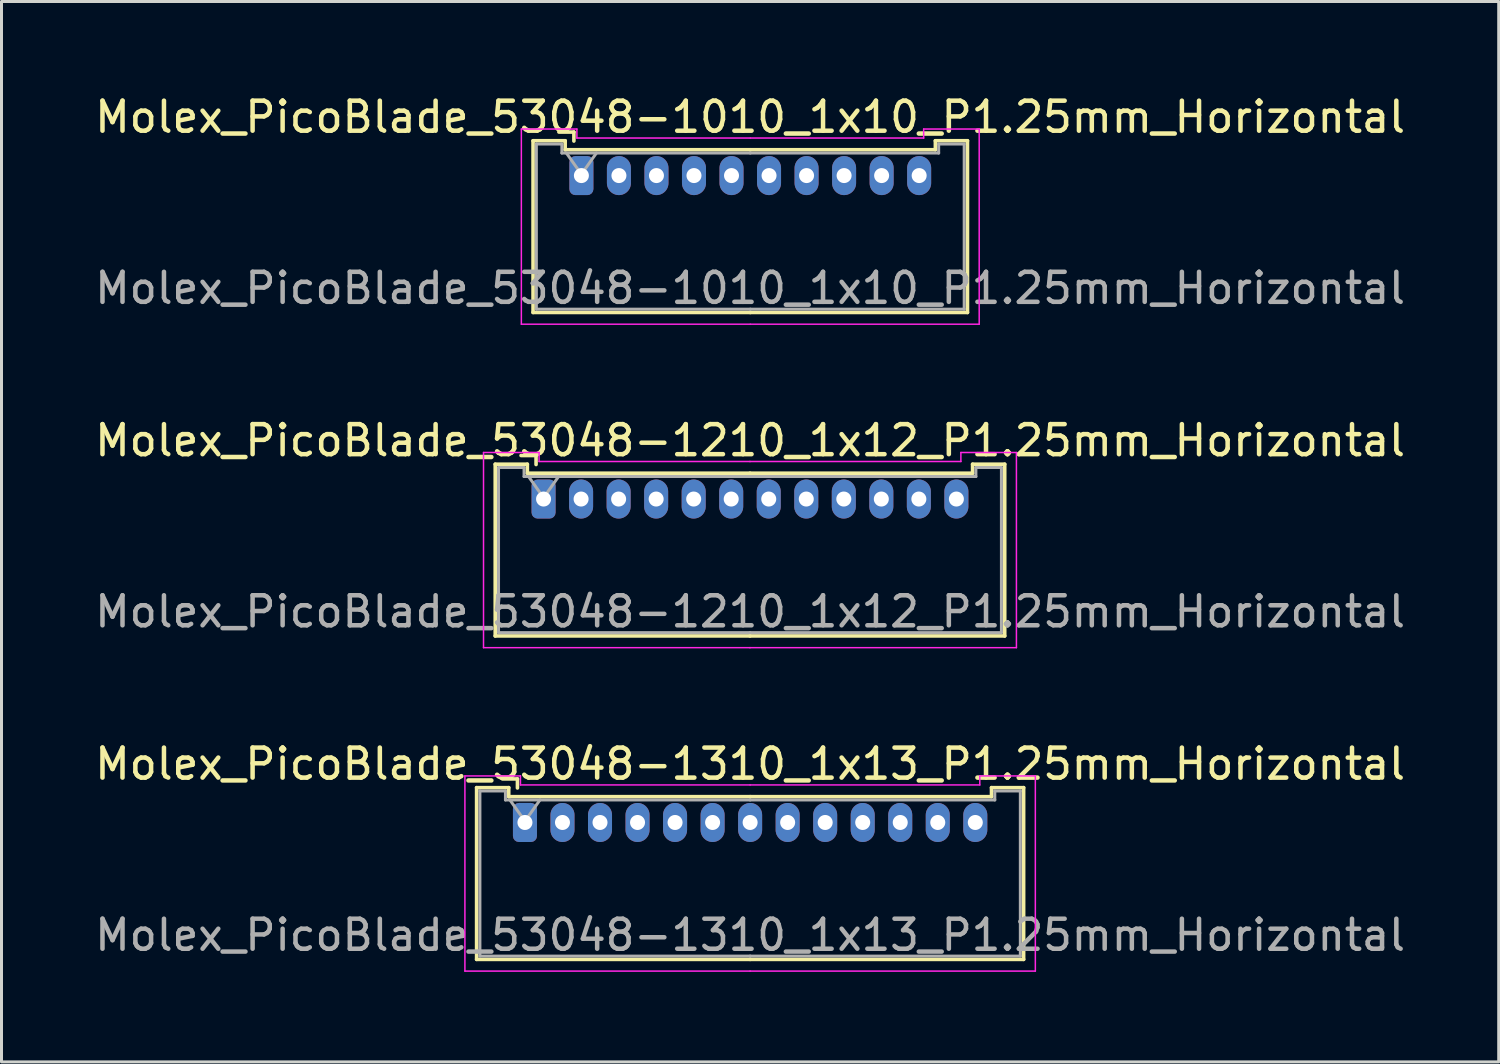
<source format=kicad_pcb>
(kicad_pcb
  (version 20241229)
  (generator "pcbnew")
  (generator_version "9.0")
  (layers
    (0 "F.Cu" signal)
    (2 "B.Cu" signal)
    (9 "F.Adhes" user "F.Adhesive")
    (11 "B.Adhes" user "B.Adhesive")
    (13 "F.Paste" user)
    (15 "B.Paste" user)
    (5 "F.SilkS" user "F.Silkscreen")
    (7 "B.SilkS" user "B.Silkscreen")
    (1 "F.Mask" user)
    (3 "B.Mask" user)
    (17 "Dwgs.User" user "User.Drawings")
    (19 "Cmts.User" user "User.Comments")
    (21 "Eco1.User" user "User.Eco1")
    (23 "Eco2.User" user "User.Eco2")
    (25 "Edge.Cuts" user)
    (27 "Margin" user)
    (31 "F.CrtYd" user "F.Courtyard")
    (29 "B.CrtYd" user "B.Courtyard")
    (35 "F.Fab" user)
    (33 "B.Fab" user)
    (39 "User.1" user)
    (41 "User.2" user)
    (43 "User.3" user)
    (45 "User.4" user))
  (footprint "Molex_PicoBlade_53048-1310_1x13_P1.25mm_Horizontal"
    (layer "F.Cu")
    (at 14.435 24.345)
    (property "Reference" "Molex_PicoBlade_53048-1310_1x13_P1.25mm_Horizontal" (at 7.5 -1.95 0) (layer "F.SilkS") (effects (font (size 1 1) (thickness 0.15))))
    (attr through_hole)
    (fp_line (start -1.61 -1.16) (end -1.61 4.56) (stroke (width 0.12) (type solid)) (layer "F.SilkS"))
    (fp_line (start -1.61 4.56) (end 7.5 4.56) (stroke (width 0.12) (type solid)) (layer "F.SilkS"))
    (fp_line (start -0.54 -1.16) (end -1.61 -1.16) (stroke (width 0.12) (type solid)) (layer "F.SilkS"))
    (fp_line (start -0.54 -0.86) (end -0.54 -1.16) (stroke (width 0.12) (type solid)) (layer "F.SilkS"))
    (fp_line (start -0.25 -1.45) (end -0.75 -1.45) (stroke (width 0.12) (type solid)) (layer "F.SilkS"))
    (fp_line (start -0.25 -1.15) (end -0.25 -1.45) (stroke (width 0.12) (type solid)) (layer "F.SilkS"))
    (fp_line (start 7.5 -0.86) (end -0.54 -0.86) (stroke (width 0.12) (type solid)) (layer "F.SilkS"))
    (fp_line (start 7.5 -0.86) (end 15.54 -0.86) (stroke (width 0.12) (type solid)) (layer "F.SilkS"))
    (fp_line (start 15.54 -1.16) (end 16.61 -1.16) (stroke (width 0.12) (type solid)) (layer "F.SilkS"))
    (fp_line (start 15.54 -0.86) (end 15.54 -1.16) (stroke (width 0.12) (type solid)) (layer "F.SilkS"))
    (fp_line (start 16.61 -1.16) (end 16.61 4.56) (stroke (width 0.12) (type solid)) (layer "F.SilkS"))
    (fp_line (start 16.61 4.56) (end 7.5 4.56) (stroke (width 0.12) (type solid)) (layer "F.SilkS"))
    (fp_line (start -2 -1.55) (end -2 4.95) (stroke (width 0.05) (type solid)) (layer "F.CrtYd"))
    (fp_line (start -2 4.95) (end 7.5 4.95) (stroke (width 0.05) (type solid)) (layer "F.CrtYd"))
    (fp_line (start -0.15 -1.55) (end -2 -1.55) (stroke (width 0.05) (type solid)) (layer "F.CrtYd"))
    (fp_line (start -0.15 -1.25) (end -0.15 -1.55) (stroke (width 0.05) (type solid)) (layer "F.CrtYd"))
    (fp_line (start 7.5 -1.25) (end -0.15 -1.25) (stroke (width 0.05) (type solid)) (layer "F.CrtYd"))
    (fp_line (start 7.5 -1.25) (end 15.15 -1.25) (stroke (width 0.05) (type solid)) (layer "F.CrtYd"))
    (fp_line (start 15.15 -1.55) (end 17 -1.55) (stroke (width 0.05) (type solid)) (layer "F.CrtYd"))
    (fp_line (start 15.15 -1.25) (end 15.15 -1.55) (stroke (width 0.05) (type solid)) (layer "F.CrtYd"))
    (fp_line (start 17 -1.55) (end 17 4.95) (stroke (width 0.05) (type solid)) (layer "F.CrtYd"))
    (fp_line (start 17 4.95) (end 7.5 4.95) (stroke (width 0.05) (type solid)) (layer "F.CrtYd"))
    (fp_line (start -1.5 -1.05) (end -1.5 4.45) (stroke (width 0.1) (type solid)) (layer "F.Fab"))
    (fp_line (start -1.5 4.45) (end 7.5 4.45) (stroke (width 0.1) (type solid)) (layer "F.Fab"))
    (fp_line (start -0.65 -1.05) (end -1.5 -1.05) (stroke (width 0.1) (type solid)) (layer "F.Fab"))
    (fp_line (start -0.65 -0.75) (end -0.65 -1.05) (stroke (width 0.1) (type solid)) (layer "F.Fab"))
    (fp_line (start -0.5 -0.75) (end 0 -0.043) (stroke (width 0.1) (type solid)) (layer "F.Fab"))
    (fp_line (start 0 -0.043) (end 0.5 -0.75) (stroke (width 0.1) (type solid)) (layer "F.Fab"))
    (fp_line (start 7.5 -0.75) (end -0.65 -0.75) (stroke (width 0.1) (type solid)) (layer "F.Fab"))
    (fp_line (start 7.5 -0.75) (end 15.65 -0.75) (stroke (width 0.1) (type solid)) (layer "F.Fab"))
    (fp_line (start 15.65 -1.05) (end 16.5 -1.05) (stroke (width 0.1) (type solid)) (layer "F.Fab"))
    (fp_line (start 15.65 -0.75) (end 15.65 -1.05) (stroke (width 0.1) (type solid)) (layer "F.Fab"))
    (fp_line (start 16.5 -1.05) (end 16.5 4.45) (stroke (width 0.1) (type solid)) (layer "F.Fab"))
    (fp_line (start 16.5 4.45) (end 7.5 4.45) (stroke (width 0.1) (type solid)) (layer "F.Fab"))
    (fp_text user "${REFERENCE}" (at 7.5 3.75 0) (layer "F.Fab") (effects (font (size 1 1) (thickness 0.15))))
    (pad "1" thru_hole roundrect (at 0 0) (size 0.8 1.3) (drill 0.5) (layers "*.Cu" "*.Mask") (roundrect_rratio 0.25))
    (pad "2" thru_hole oval (at 1.25 0) (size 0.8 1.3) (drill 0.5) (layers "*.Cu" "*.Mask"))
    (pad "3" thru_hole oval (at 2.5 0) (size 0.8 1.3) (drill 0.5) (layers "*.Cu" "*.Mask"))
    (pad "4" thru_hole oval (at 3.75 0) (size 0.8 1.3) (drill 0.5) (layers "*.Cu" "*.Mask"))
    (pad "5" thru_hole oval (at 5 0) (size 0.8 1.3) (drill 0.5) (layers "*.Cu" "*.Mask"))
    (pad "6" thru_hole oval (at 6.25 0) (size 0.8 1.3) (drill 0.5) (layers "*.Cu" "*.Mask"))
    (pad "7" thru_hole oval (at 7.5 0) (size 0.8 1.3) (drill 0.5) (layers "*.Cu" "*.Mask"))
    (pad "8" thru_hole oval (at 8.75 0) (size 0.8 1.3) (drill 0.5) (layers "*.Cu" "*.Mask"))
    (pad "9" thru_hole oval (at 10 0) (size 0.8 1.3) (drill 0.5) (layers "*.Cu" "*.Mask"))
    (pad "10" thru_hole oval (at 11.25 0) (size 0.8 1.3) (drill 0.5) (layers "*.Cu" "*.Mask"))
    (pad "11" thru_hole oval (at 12.5 0) (size 0.8 1.3) (drill 0.5) (layers "*.Cu" "*.Mask"))
    (pad "12" thru_hole oval (at 13.75 0) (size 0.8 1.3) (drill 0.5) (layers "*.Cu" "*.Mask"))
    (pad "13" thru_hole oval (at 15 0) (size 0.8 1.3) (drill 0.5) (layers "*.Cu" "*.Mask")))
  (footprint "Molex_PicoBlade_53048-1010_1x10_P1.25mm_Horizontal"
    (layer "F.Cu")
    (at 16.315 2.798)
    (property "Reference" "Molex_PicoBlade_53048-1010_1x10_P1.25mm_Horizontal" (at 5.62 -1.95 0) (layer "F.SilkS") (effects (font (size 1 1) (thickness 0.15))))
    (attr through_hole)
    (fp_line (start -1.61 -1.16) (end -1.61 4.56) (stroke (width 0.12) (type solid)) (layer "F.SilkS"))
    (fp_line (start -1.61 4.56) (end 5.625 4.56) (stroke (width 0.12) (type solid)) (layer "F.SilkS"))
    (fp_line (start -0.54 -1.16) (end -1.61 -1.16) (stroke (width 0.12) (type solid)) (layer "F.SilkS"))
    (fp_line (start -0.54 -0.86) (end -0.54 -1.16) (stroke (width 0.12) (type solid)) (layer "F.SilkS"))
    (fp_line (start -0.25 -1.45) (end -0.75 -1.45) (stroke (width 0.12) (type solid)) (layer "F.SilkS"))
    (fp_line (start -0.25 -1.15) (end -0.25 -1.45) (stroke (width 0.12) (type solid)) (layer "F.SilkS"))
    (fp_line (start 5.625 -0.86) (end -0.54 -0.86) (stroke (width 0.12) (type solid)) (layer "F.SilkS"))
    (fp_line (start 5.625 -0.86) (end 11.79 -0.86) (stroke (width 0.12) (type solid)) (layer "F.SilkS"))
    (fp_line (start 11.79 -1.16) (end 12.86 -1.16) (stroke (width 0.12) (type solid)) (layer "F.SilkS"))
    (fp_line (start 11.79 -0.86) (end 11.79 -1.16) (stroke (width 0.12) (type solid)) (layer "F.SilkS"))
    (fp_line (start 12.86 -1.16) (end 12.86 4.56) (stroke (width 0.12) (type solid)) (layer "F.SilkS"))
    (fp_line (start 12.86 4.56) (end 5.625 4.56) (stroke (width 0.12) (type solid)) (layer "F.SilkS"))
    (fp_line (start -2 -1.55) (end -2 4.95) (stroke (width 0.05) (type solid)) (layer "F.CrtYd"))
    (fp_line (start -2 4.95) (end 5.62 4.95) (stroke (width 0.05) (type solid)) (layer "F.CrtYd"))
    (fp_line (start -0.15 -1.55) (end -2 -1.55) (stroke (width 0.05) (type solid)) (layer "F.CrtYd"))
    (fp_line (start -0.15 -1.25) (end -0.15 -1.55) (stroke (width 0.05) (type solid)) (layer "F.CrtYd"))
    (fp_line (start 5.62 -1.25) (end -0.15 -1.25) (stroke (width 0.05) (type solid)) (layer "F.CrtYd"))
    (fp_line (start 5.63 -1.25) (end 11.4 -1.25) (stroke (width 0.05) (type solid)) (layer "F.CrtYd"))
    (fp_line (start 11.4 -1.55) (end 13.25 -1.55) (stroke (width 0.05) (type solid)) (layer "F.CrtYd"))
    (fp_line (start 11.4 -1.25) (end 11.4 -1.55) (stroke (width 0.05) (type solid)) (layer "F.CrtYd"))
    (fp_line (start 13.25 -1.55) (end 13.25 4.95) (stroke (width 0.05) (type solid)) (layer "F.CrtYd"))
    (fp_line (start 13.25 4.95) (end 5.63 4.95) (stroke (width 0.05) (type solid)) (layer "F.CrtYd"))
    (fp_line (start -1.5 -1.05) (end -1.5 4.45) (stroke (width 0.1) (type solid)) (layer "F.Fab"))
    (fp_line (start -1.5 4.45) (end 5.625 4.45) (stroke (width 0.1) (type solid)) (layer "F.Fab"))
    (fp_line (start -0.65 -1.05) (end -1.5 -1.05) (stroke (width 0.1) (type solid)) (layer "F.Fab"))
    (fp_line (start -0.65 -0.75) (end -0.65 -1.05) (stroke (width 0.1) (type solid)) (layer "F.Fab"))
    (fp_line (start -0.5 -0.75) (end 0 -0.043) (stroke (width 0.1) (type solid)) (layer "F.Fab"))
    (fp_line (start 0 -0.043) (end 0.5 -0.75) (stroke (width 0.1) (type solid)) (layer "F.Fab"))
    (fp_line (start 5.625 -0.75) (end -0.65 -0.75) (stroke (width 0.1) (type solid)) (layer "F.Fab"))
    (fp_line (start 5.625 -0.75) (end 11.9 -0.75) (stroke (width 0.1) (type solid)) (layer "F.Fab"))
    (fp_line (start 11.9 -1.05) (end 12.75 -1.05) (stroke (width 0.1) (type solid)) (layer "F.Fab"))
    (fp_line (start 11.9 -0.75) (end 11.9 -1.05) (stroke (width 0.1) (type solid)) (layer "F.Fab"))
    (fp_line (start 12.75 -1.05) (end 12.75 4.45) (stroke (width 0.1) (type solid)) (layer "F.Fab"))
    (fp_line (start 12.75 4.45) (end 5.625 4.45) (stroke (width 0.1) (type solid)) (layer "F.Fab"))
    (fp_text user "${REFERENCE}" (at 5.62 3.75 0) (layer "F.Fab") (effects (font (size 1 1) (thickness 0.15))))
    (pad "1" thru_hole roundrect (at 0 0) (size 0.8 1.3) (drill 0.5) (layers "*.Cu" "*.Mask") (roundrect_rratio 0.25))
    (pad "2" thru_hole oval (at 1.25 0) (size 0.8 1.3) (drill 0.5) (layers "*.Cu" "*.Mask"))
    (pad "3" thru_hole oval (at 2.5 0) (size 0.8 1.3) (drill 0.5) (layers "*.Cu" "*.Mask"))
    (pad "4" thru_hole oval (at 3.75 0) (size 0.8 1.3) (drill 0.5) (layers "*.Cu" "*.Mask"))
    (pad "5" thru_hole oval (at 5 0) (size 0.8 1.3) (drill 0.5) (layers "*.Cu" "*.Mask"))
    (pad "6" thru_hole oval (at 6.25 0) (size 0.8 1.3) (drill 0.5) (layers "*.Cu" "*.Mask"))
    (pad "7" thru_hole oval (at 7.5 0) (size 0.8 1.3) (drill 0.5) (layers "*.Cu" "*.Mask"))
    (pad "8" thru_hole oval (at 8.75 0) (size 0.8 1.3) (drill 0.5) (layers "*.Cu" "*.Mask"))
    (pad "9" thru_hole oval (at 10 0) (size 0.8 1.3) (drill 0.5) (layers "*.Cu" "*.Mask"))
    (pad "10" thru_hole oval (at 11.25 0) (size 0.8 1.3) (drill 0.5) (layers "*.Cu" "*.Mask")))
  (footprint "Molex_PicoBlade_53048-1210_1x12_P1.25mm_Horizontal"
    (layer "F.Cu")
    (at 15.055 13.572)
    (property "Reference" "Molex_PicoBlade_53048-1210_1x12_P1.25mm_Horizontal" (at 6.88 -1.95 0) (layer "F.SilkS") (effects (font (size 1 1) (thickness 0.15))))
    (attr through_hole)
    (fp_line (start -1.61 -1.16) (end -1.61 4.56) (stroke (width 0.12) (type solid)) (layer "F.SilkS"))
    (fp_line (start -1.61 4.56) (end 6.875 4.56) (stroke (width 0.12) (type solid)) (layer "F.SilkS"))
    (fp_line (start -0.54 -1.16) (end -1.61 -1.16) (stroke (width 0.12) (type solid)) (layer "F.SilkS"))
    (fp_line (start -0.54 -0.86) (end -0.54 -1.16) (stroke (width 0.12) (type solid)) (layer "F.SilkS"))
    (fp_line (start -0.25 -1.45) (end -0.75 -1.45) (stroke (width 0.12) (type solid)) (layer "F.SilkS"))
    (fp_line (start -0.25 -1.15) (end -0.25 -1.45) (stroke (width 0.12) (type solid)) (layer "F.SilkS"))
    (fp_line (start 6.875 -0.86) (end -0.54 -0.86) (stroke (width 0.12) (type solid)) (layer "F.SilkS"))
    (fp_line (start 6.875 -0.86) (end 14.29 -0.86) (stroke (width 0.12) (type solid)) (layer "F.SilkS"))
    (fp_line (start 14.29 -1.16) (end 15.36 -1.16) (stroke (width 0.12) (type solid)) (layer "F.SilkS"))
    (fp_line (start 14.29 -0.86) (end 14.29 -1.16) (stroke (width 0.12) (type solid)) (layer "F.SilkS"))
    (fp_line (start 15.36 -1.16) (end 15.36 4.56) (stroke (width 0.12) (type solid)) (layer "F.SilkS"))
    (fp_line (start 15.36 4.56) (end 6.875 4.56) (stroke (width 0.12) (type solid)) (layer "F.SilkS"))
    (fp_line (start -2 -1.55) (end -2 4.95) (stroke (width 0.05) (type solid)) (layer "F.CrtYd"))
    (fp_line (start -2 4.95) (end 6.88 4.95) (stroke (width 0.05) (type solid)) (layer "F.CrtYd"))
    (fp_line (start -0.15 -1.55) (end -2 -1.55) (stroke (width 0.05) (type solid)) (layer "F.CrtYd"))
    (fp_line (start -0.15 -1.25) (end -0.15 -1.55) (stroke (width 0.05) (type solid)) (layer "F.CrtYd"))
    (fp_line (start 6.87 -1.25) (end 13.9 -1.25) (stroke (width 0.05) (type solid)) (layer "F.CrtYd"))
    (fp_line (start 6.88 -1.25) (end -0.15 -1.25) (stroke (width 0.05) (type solid)) (layer "F.CrtYd"))
    (fp_line (start 13.9 -1.55) (end 15.75 -1.55) (stroke (width 0.05) (type solid)) (layer "F.CrtYd"))
    (fp_line (start 13.9 -1.25) (end 13.9 -1.55) (stroke (width 0.05) (type solid)) (layer "F.CrtYd"))
    (fp_line (start 15.75 -1.55) (end 15.75 4.95) (stroke (width 0.05) (type solid)) (layer "F.CrtYd"))
    (fp_line (start 15.75 4.95) (end 6.87 4.95) (stroke (width 0.05) (type solid)) (layer "F.CrtYd"))
    (fp_line (start -1.5 -1.05) (end -1.5 4.45) (stroke (width 0.1) (type solid)) (layer "F.Fab"))
    (fp_line (start -1.5 4.45) (end 6.875 4.45) (stroke (width 0.1) (type solid)) (layer "F.Fab"))
    (fp_line (start -0.65 -1.05) (end -1.5 -1.05) (stroke (width 0.1) (type solid)) (layer "F.Fab"))
    (fp_line (start -0.65 -0.75) (end -0.65 -1.05) (stroke (width 0.1) (type solid)) (layer "F.Fab"))
    (fp_line (start -0.5 -0.75) (end 0 -0.043) (stroke (width 0.1) (type solid)) (layer "F.Fab"))
    (fp_line (start 0 -0.043) (end 0.5 -0.75) (stroke (width 0.1) (type solid)) (layer "F.Fab"))
    (fp_line (start 6.875 -0.75) (end -0.65 -0.75) (stroke (width 0.1) (type solid)) (layer "F.Fab"))
    (fp_line (start 6.875 -0.75) (end 14.4 -0.75) (stroke (width 0.1) (type solid)) (layer "F.Fab"))
    (fp_line (start 14.4 -1.05) (end 15.25 -1.05) (stroke (width 0.1) (type solid)) (layer "F.Fab"))
    (fp_line (start 14.4 -0.75) (end 14.4 -1.05) (stroke (width 0.1) (type solid)) (layer "F.Fab"))
    (fp_line (start 15.25 -1.05) (end 15.25 4.45) (stroke (width 0.1) (type solid)) (layer "F.Fab"))
    (fp_line (start 15.25 4.45) (end 6.875 4.45) (stroke (width 0.1) (type solid)) (layer "F.Fab"))
    (fp_text user "${REFERENCE}" (at 6.88 3.75 0) (layer "F.Fab") (effects (font (size 1 1) (thickness 0.15))))
    (pad "1" thru_hole roundrect (at 0 0) (size 0.8 1.3) (drill 0.5) (layers "*.Cu" "*.Mask") (roundrect_rratio 0.25))
    (pad "2" thru_hole oval (at 1.25 0) (size 0.8 1.3) (drill 0.5) (layers "*.Cu" "*.Mask"))
    (pad "3" thru_hole oval (at 2.5 0) (size 0.8 1.3) (drill 0.5) (layers "*.Cu" "*.Mask"))
    (pad "4" thru_hole oval (at 3.75 0) (size 0.8 1.3) (drill 0.5) (layers "*.Cu" "*.Mask"))
    (pad "5" thru_hole oval (at 5 0) (size 0.8 1.3) (drill 0.5) (layers "*.Cu" "*.Mask"))
    (pad "6" thru_hole oval (at 6.25 0) (size 0.8 1.3) (drill 0.5) (layers "*.Cu" "*.Mask"))
    (pad "7" thru_hole oval (at 7.5 0) (size 0.8 1.3) (drill 0.5) (layers "*.Cu" "*.Mask"))
    (pad "8" thru_hole oval (at 8.75 0) (size 0.8 1.3) (drill 0.5) (layers "*.Cu" "*.Mask"))
    (pad "9" thru_hole oval (at 10 0) (size 0.8 1.3) (drill 0.5) (layers "*.Cu" "*.Mask"))
    (pad "10" thru_hole oval (at 11.25 0) (size 0.8 1.3) (drill 0.5) (layers "*.Cu" "*.Mask"))
    (pad "11" thru_hole oval (at 12.5 0) (size 0.8 1.3) (drill 0.5) (layers "*.Cu" "*.Mask"))
    (pad "12" thru_hole oval (at 13.75 0) (size 0.8 1.3) (drill 0.5) (layers "*.Cu" "*.Mask")))
  (gr_rect
    (start -3 -3)
    (end 46.869 32.32)
    (stroke (width 0.1) (type default))
    (fill no)
    (layer "Edge.Cuts")))
</source>
